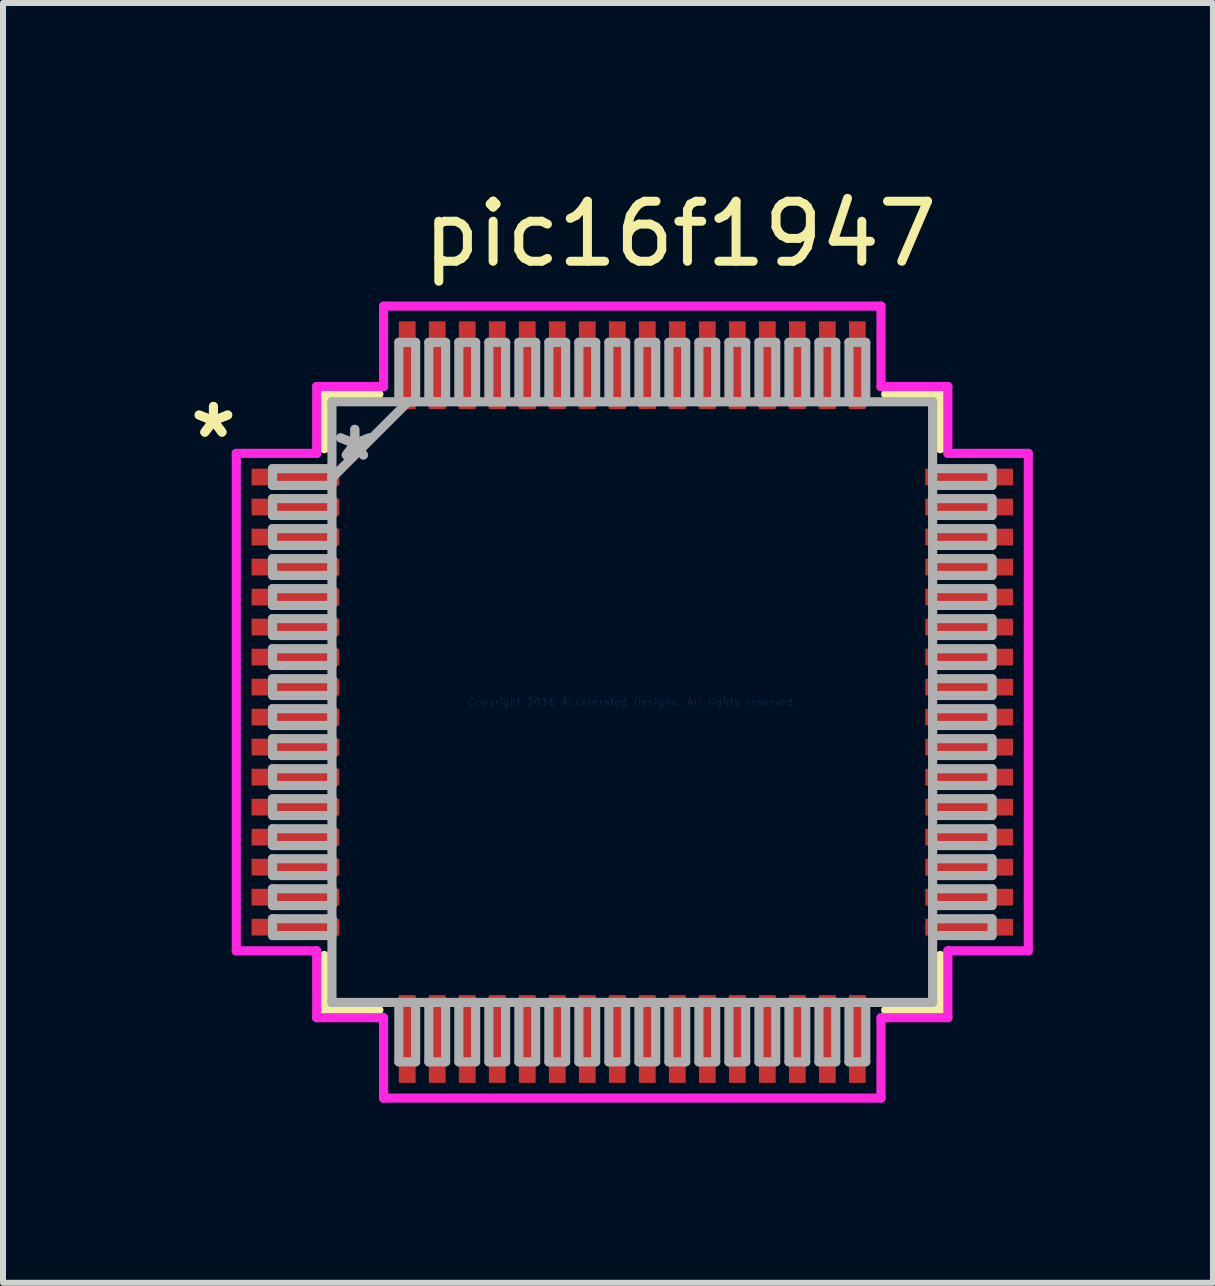
<source format=kicad_pcb>
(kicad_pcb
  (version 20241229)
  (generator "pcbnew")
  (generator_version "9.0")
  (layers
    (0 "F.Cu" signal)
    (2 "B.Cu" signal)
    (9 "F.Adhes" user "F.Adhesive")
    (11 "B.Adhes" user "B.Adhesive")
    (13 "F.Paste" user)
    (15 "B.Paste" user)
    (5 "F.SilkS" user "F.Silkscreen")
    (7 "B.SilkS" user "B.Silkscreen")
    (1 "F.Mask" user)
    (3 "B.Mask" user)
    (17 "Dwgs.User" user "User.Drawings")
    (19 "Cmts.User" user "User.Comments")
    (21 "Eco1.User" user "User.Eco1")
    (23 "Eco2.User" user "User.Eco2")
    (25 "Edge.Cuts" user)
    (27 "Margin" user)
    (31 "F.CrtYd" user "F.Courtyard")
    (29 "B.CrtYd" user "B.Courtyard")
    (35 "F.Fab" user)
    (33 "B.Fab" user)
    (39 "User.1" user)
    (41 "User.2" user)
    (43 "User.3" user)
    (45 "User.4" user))
  (footprint "pic16f1947"
    (layer "F.Cu")
    (at 7.485 8.648)
    (property "Reference" "pic16f1947" (at 0.8 -7.8 0) (layer "F.SilkS") (effects (font (size 1 1) (thickness 0.15))))
    (attr through_hole)
    (fp_line (start -5.131 -5.131) (end -5.131 -4.222) (stroke (width 0.152) (type solid)) (layer "F.SilkS"))
    (fp_line (start -5.131 4.222) (end -5.131 5.131) (stroke (width 0.152) (type solid)) (layer "F.SilkS"))
    (fp_line (start -5.131 5.131) (end -4.222 5.131) (stroke (width 0.152) (type solid)) (layer "F.SilkS"))
    (fp_line (start -4.222 -5.131) (end -5.131 -5.131) (stroke (width 0.152) (type solid)) (layer "F.SilkS"))
    (fp_line (start 4.222 5.131) (end 5.131 5.131) (stroke (width 0.152) (type solid)) (layer "F.SilkS"))
    (fp_line (start 5.131 -5.131) (end 4.222 -5.131) (stroke (width 0.152) (type solid)) (layer "F.SilkS"))
    (fp_line (start 5.131 -4.222) (end 5.131 -5.131) (stroke (width 0.152) (type solid)) (layer "F.SilkS"))
    (fp_line (start 5.131 5.131) (end 5.131 4.222) (stroke (width 0.152) (type solid)) (layer "F.SilkS"))
    (fp_line (start -6.598 -4.144) (end -5.258 -4.144) (stroke (width 0.152) (type solid)) (layer "F.CrtYd"))
    (fp_line (start -6.598 4.144) (end -6.598 -4.144) (stroke (width 0.152) (type solid)) (layer "F.CrtYd"))
    (fp_line (start -5.258 -5.258) (end -4.144 -5.258) (stroke (width 0.152) (type solid)) (layer "F.CrtYd"))
    (fp_line (start -5.258 -4.144) (end -5.258 -5.258) (stroke (width 0.152) (type solid)) (layer "F.CrtYd"))
    (fp_line (start -5.258 4.144) (end -6.598 4.144) (stroke (width 0.152) (type solid)) (layer "F.CrtYd"))
    (fp_line (start -5.258 5.258) (end -5.258 4.144) (stroke (width 0.152) (type solid)) (layer "F.CrtYd"))
    (fp_line (start -4.144 -6.598) (end 4.144 -6.598) (stroke (width 0.152) (type solid)) (layer "F.CrtYd"))
    (fp_line (start -4.144 -5.258) (end -4.144 -6.598) (stroke (width 0.152) (type solid)) (layer "F.CrtYd"))
    (fp_line (start -4.144 5.258) (end -5.258 5.258) (stroke (width 0.152) (type solid)) (layer "F.CrtYd"))
    (fp_line (start -4.144 6.598) (end -4.144 5.258) (stroke (width 0.152) (type solid)) (layer "F.CrtYd"))
    (fp_line (start 4.144 -6.598) (end 4.144 -5.258) (stroke (width 0.152) (type solid)) (layer "F.CrtYd"))
    (fp_line (start 4.144 -5.258) (end 5.258 -5.258) (stroke (width 0.152) (type solid)) (layer "F.CrtYd"))
    (fp_line (start 4.144 5.258) (end 4.144 6.598) (stroke (width 0.152) (type solid)) (layer "F.CrtYd"))
    (fp_line (start 4.144 6.598) (end -4.144 6.598) (stroke (width 0.152) (type solid)) (layer "F.CrtYd"))
    (fp_line (start 5.258 -5.258) (end 5.258 -4.144) (stroke (width 0.152) (type solid)) (layer "F.CrtYd"))
    (fp_line (start 5.258 -4.144) (end 6.598 -4.144) (stroke (width 0.152) (type solid)) (layer "F.CrtYd"))
    (fp_line (start 5.258 4.144) (end 5.258 5.258) (stroke (width 0.152) (type solid)) (layer "F.CrtYd"))
    (fp_line (start 5.258 5.258) (end 4.144 5.258) (stroke (width 0.152) (type solid)) (layer "F.CrtYd"))
    (fp_line (start 6.598 -4.144) (end 6.598 4.144) (stroke (width 0.152) (type solid)) (layer "F.CrtYd"))
    (fp_line (start 6.598 4.144) (end 5.258 4.144) (stroke (width 0.152) (type solid)) (layer "F.CrtYd"))
    (fp_line (start -5.994 -3.89) (end -5.994 -3.61) (stroke (width 0.152) (type solid)) (layer "F.Fab"))
    (fp_line (start -5.994 -3.61) (end -5.004 -3.61) (stroke (width 0.152) (type solid)) (layer "F.Fab"))
    (fp_line (start -5.994 -3.39) (end -5.994 -3.11) (stroke (width 0.152) (type solid)) (layer "F.Fab"))
    (fp_line (start -5.994 -3.11) (end -5.004 -3.11) (stroke (width 0.152) (type solid)) (layer "F.Fab"))
    (fp_line (start -5.994 -2.89) (end -5.994 -2.61) (stroke (width 0.152) (type solid)) (layer "F.Fab"))
    (fp_line (start -5.994 -2.61) (end -5.004 -2.61) (stroke (width 0.152) (type solid)) (layer "F.Fab"))
    (fp_line (start -5.994 -2.39) (end -5.994 -2.11) (stroke (width 0.152) (type solid)) (layer "F.Fab"))
    (fp_line (start -5.994 -2.11) (end -5.004 -2.11) (stroke (width 0.152) (type solid)) (layer "F.Fab"))
    (fp_line (start -5.994 -1.89) (end -5.994 -1.61) (stroke (width 0.152) (type solid)) (layer "F.Fab"))
    (fp_line (start -5.994 -1.61) (end -5.004 -1.61) (stroke (width 0.152) (type solid)) (layer "F.Fab"))
    (fp_line (start -5.994 -1.39) (end -5.994 -1.11) (stroke (width 0.152) (type solid)) (layer "F.Fab"))
    (fp_line (start -5.994 -1.11) (end -5.004 -1.11) (stroke (width 0.152) (type solid)) (layer "F.Fab"))
    (fp_line (start -5.994 -0.89) (end -5.994 -0.61) (stroke (width 0.152) (type solid)) (layer "F.Fab"))
    (fp_line (start -5.994 -0.61) (end -5.004 -0.61) (stroke (width 0.152) (type solid)) (layer "F.Fab"))
    (fp_line (start -5.994 -0.39) (end -5.994 -0.11) (stroke (width 0.152) (type solid)) (layer "F.Fab"))
    (fp_line (start -5.994 -0.11) (end -5.004 -0.11) (stroke (width 0.152) (type solid)) (layer "F.Fab"))
    (fp_line (start -5.994 0.11) (end -5.994 0.39) (stroke (width 0.152) (type solid)) (layer "F.Fab"))
    (fp_line (start -5.994 0.39) (end -5.004 0.39) (stroke (width 0.152) (type solid)) (layer "F.Fab"))
    (fp_line (start -5.994 0.61) (end -5.994 0.89) (stroke (width 0.152) (type solid)) (layer "F.Fab"))
    (fp_line (start -5.994 0.89) (end -5.004 0.89) (stroke (width 0.152) (type solid)) (layer "F.Fab"))
    (fp_line (start -5.994 1.11) (end -5.994 1.39) (stroke (width 0.152) (type solid)) (layer "F.Fab"))
    (fp_line (start -5.994 1.39) (end -5.004 1.39) (stroke (width 0.152) (type solid)) (layer "F.Fab"))
    (fp_line (start -5.994 1.61) (end -5.994 1.89) (stroke (width 0.152) (type solid)) (layer "F.Fab"))
    (fp_line (start -5.994 1.89) (end -5.004 1.89) (stroke (width 0.152) (type solid)) (layer "F.Fab"))
    (fp_line (start -5.994 2.11) (end -5.994 2.39) (stroke (width 0.152) (type solid)) (layer "F.Fab"))
    (fp_line (start -5.994 2.39) (end -5.004 2.39) (stroke (width 0.152) (type solid)) (layer "F.Fab"))
    (fp_line (start -5.994 2.61) (end -5.994 2.89) (stroke (width 0.152) (type solid)) (layer "F.Fab"))
    (fp_line (start -5.994 2.89) (end -5.004 2.89) (stroke (width 0.152) (type solid)) (layer "F.Fab"))
    (fp_line (start -5.994 3.11) (end -5.994 3.39) (stroke (width 0.152) (type solid)) (layer "F.Fab"))
    (fp_line (start -5.994 3.39) (end -5.004 3.39) (stroke (width 0.152) (type solid)) (layer "F.Fab"))
    (fp_line (start -5.994 3.61) (end -5.994 3.89) (stroke (width 0.152) (type solid)) (layer "F.Fab"))
    (fp_line (start -5.994 3.89) (end -5.004 3.89) (stroke (width 0.152) (type solid)) (layer "F.Fab"))
    (fp_line (start -5.004 -5.004) (end -5.004 -5.004) (stroke (width 0.152) (type solid)) (layer "F.Fab"))
    (fp_line (start -5.004 -5.004) (end -5.004 5.004) (stroke (width 0.152) (type solid)) (layer "F.Fab"))
    (fp_line (start -5.004 -3.89) (end -5.994 -3.89) (stroke (width 0.152) (type solid)) (layer "F.Fab"))
    (fp_line (start -5.004 -3.734) (end -3.734 -5.004) (stroke (width 0.152) (type solid)) (layer "F.Fab"))
    (fp_line (start -5.004 -3.61) (end -5.004 -3.89) (stroke (width 0.152) (type solid)) (layer "F.Fab"))
    (fp_line (start -5.004 -3.39) (end -5.994 -3.39) (stroke (width 0.152) (type solid)) (layer "F.Fab"))
    (fp_line (start -5.004 -3.11) (end -5.004 -3.39) (stroke (width 0.152) (type solid)) (layer "F.Fab"))
    (fp_line (start -5.004 -2.89) (end -5.994 -2.89) (stroke (width 0.152) (type solid)) (layer "F.Fab"))
    (fp_line (start -5.004 -2.61) (end -5.004 -2.89) (stroke (width 0.152) (type solid)) (layer "F.Fab"))
    (fp_line (start -5.004 -2.39) (end -5.994 -2.39) (stroke (width 0.152) (type solid)) (layer "F.Fab"))
    (fp_line (start -5.004 -2.11) (end -5.004 -2.39) (stroke (width 0.152) (type solid)) (layer "F.Fab"))
    (fp_line (start -5.004 -1.89) (end -5.994 -1.89) (stroke (width 0.152) (type solid)) (layer "F.Fab"))
    (fp_line (start -5.004 -1.61) (end -5.004 -1.89) (stroke (width 0.152) (type solid)) (layer "F.Fab"))
    (fp_line (start -5.004 -1.39) (end -5.994 -1.39) (stroke (width 0.152) (type solid)) (layer "F.Fab"))
    (fp_line (start -5.004 -1.11) (end -5.004 -1.39) (stroke (width 0.152) (type solid)) (layer "F.Fab"))
    (fp_line (start -5.004 -0.89) (end -5.994 -0.89) (stroke (width 0.152) (type solid)) (layer "F.Fab"))
    (fp_line (start -5.004 -0.61) (end -5.004 -0.89) (stroke (width 0.152) (type solid)) (layer "F.Fab"))
    (fp_line (start -5.004 -0.39) (end -5.994 -0.39) (stroke (width 0.152) (type solid)) (layer "F.Fab"))
    (fp_line (start -5.004 -0.11) (end -5.004 -0.39) (stroke (width 0.152) (type solid)) (layer "F.Fab"))
    (fp_line (start -5.004 0.11) (end -5.994 0.11) (stroke (width 0.152) (type solid)) (layer "F.Fab"))
    (fp_line (start -5.004 0.39) (end -5.004 0.11) (stroke (width 0.152) (type solid)) (layer "F.Fab"))
    (fp_line (start -5.004 0.61) (end -5.994 0.61) (stroke (width 0.152) (type solid)) (layer "F.Fab"))
    (fp_line (start -5.004 0.89) (end -5.004 0.61) (stroke (width 0.152) (type solid)) (layer "F.Fab"))
    (fp_line (start -5.004 1.11) (end -5.994 1.11) (stroke (width 0.152) (type solid)) (layer "F.Fab"))
    (fp_line (start -5.004 1.39) (end -5.004 1.11) (stroke (width 0.152) (type solid)) (layer "F.Fab"))
    (fp_line (start -5.004 1.61) (end -5.994 1.61) (stroke (width 0.152) (type solid)) (layer "F.Fab"))
    (fp_line (start -5.004 1.89) (end -5.004 1.61) (stroke (width 0.152) (type solid)) (layer "F.Fab"))
    (fp_line (start -5.004 2.11) (end -5.994 2.11) (stroke (width 0.152) (type solid)) (layer "F.Fab"))
    (fp_line (start -5.004 2.39) (end -5.004 2.11) (stroke (width 0.152) (type solid)) (layer "F.Fab"))
    (fp_line (start -5.004 2.61) (end -5.994 2.61) (stroke (width 0.152) (type solid)) (layer "F.Fab"))
    (fp_line (start -5.004 2.89) (end -5.004 2.61) (stroke (width 0.152) (type solid)) (layer "F.Fab"))
    (fp_line (start -5.004 3.11) (end -5.994 3.11) (stroke (width 0.152) (type solid)) (layer "F.Fab"))
    (fp_line (start -5.004 3.39) (end -5.004 3.11) (stroke (width 0.152) (type solid)) (layer "F.Fab"))
    (fp_line (start -5.004 3.61) (end -5.994 3.61) (stroke (width 0.152) (type solid)) (layer "F.Fab"))
    (fp_line (start -5.004 3.89) (end -5.004 3.61) (stroke (width 0.152) (type solid)) (layer "F.Fab"))
    (fp_line (start -5.004 5.004) (end -5.004 5.004) (stroke (width 0.152) (type solid)) (layer "F.Fab"))
    (fp_line (start -5.004 5.004) (end 5.004 5.004) (stroke (width 0.152) (type solid)) (layer "F.Fab"))
    (fp_line (start -3.89 -5.994) (end -3.89 -5.004) (stroke (width 0.152) (type solid)) (layer "F.Fab"))
    (fp_line (start -3.89 -5.004) (end -3.61 -5.004) (stroke (width 0.152) (type solid)) (layer "F.Fab"))
    (fp_line (start -3.89 5.004) (end -3.89 5.994) (stroke (width 0.152) (type solid)) (layer "F.Fab"))
    (fp_line (start -3.89 5.994) (end -3.61 5.994) (stroke (width 0.152) (type solid)) (layer "F.Fab"))
    (fp_line (start -3.61 -5.994) (end -3.89 -5.994) (stroke (width 0.152) (type solid)) (layer "F.Fab"))
    (fp_line (start -3.61 -5.004) (end -3.61 -5.994) (stroke (width 0.152) (type solid)) (layer "F.Fab"))
    (fp_line (start -3.61 5.004) (end -3.89 5.004) (stroke (width 0.152) (type solid)) (layer "F.Fab"))
    (fp_line (start -3.61 5.994) (end -3.61 5.004) (stroke (width 0.152) (type solid)) (layer "F.Fab"))
    (fp_line (start -3.39 -5.994) (end -3.39 -5.004) (stroke (width 0.152) (type solid)) (layer "F.Fab"))
    (fp_line (start -3.39 -5.004) (end -3.11 -5.004) (stroke (width 0.152) (type solid)) (layer "F.Fab"))
    (fp_line (start -3.39 5.004) (end -3.39 5.994) (stroke (width 0.152) (type solid)) (layer "F.Fab"))
    (fp_line (start -3.39 5.994) (end -3.11 5.994) (stroke (width 0.152) (type solid)) (layer "F.Fab"))
    (fp_line (start -3.11 -5.994) (end -3.39 -5.994) (stroke (width 0.152) (type solid)) (layer "F.Fab"))
    (fp_line (start -3.11 -5.004) (end -3.11 -5.994) (stroke (width 0.152) (type solid)) (layer "F.Fab"))
    (fp_line (start -3.11 5.004) (end -3.39 5.004) (stroke (width 0.152) (type solid)) (layer "F.Fab"))
    (fp_line (start -3.11 5.994) (end -3.11 5.004) (stroke (width 0.152) (type solid)) (layer "F.Fab"))
    (fp_line (start -2.89 -5.994) (end -2.89 -5.004) (stroke (width 0.152) (type solid)) (layer "F.Fab"))
    (fp_line (start -2.89 -5.004) (end -2.61 -5.004) (stroke (width 0.152) (type solid)) (layer "F.Fab"))
    (fp_line (start -2.89 5.004) (end -2.89 5.994) (stroke (width 0.152) (type solid)) (layer "F.Fab"))
    (fp_line (start -2.89 5.994) (end -2.61 5.994) (stroke (width 0.152) (type solid)) (layer "F.Fab"))
    (fp_line (start -2.61 -5.994) (end -2.89 -5.994) (stroke (width 0.152) (type solid)) (layer "F.Fab"))
    (fp_line (start -2.61 -5.004) (end -2.61 -5.994) (stroke (width 0.152) (type solid)) (layer "F.Fab"))
    (fp_line (start -2.61 5.004) (end -2.89 5.004) (stroke (width 0.152) (type solid)) (layer "F.Fab"))
    (fp_line (start -2.61 5.994) (end -2.61 5.004) (stroke (width 0.152) (type solid)) (layer "F.Fab"))
    (fp_line (start -2.39 -5.994) (end -2.39 -5.004) (stroke (width 0.152) (type solid)) (layer "F.Fab"))
    (fp_line (start -2.39 -5.004) (end -2.11 -5.004) (stroke (width 0.152) (type solid)) (layer "F.Fab"))
    (fp_line (start -2.39 5.004) (end -2.39 5.994) (stroke (width 0.152) (type solid)) (layer "F.Fab"))
    (fp_line (start -2.39 5.994) (end -2.11 5.994) (stroke (width 0.152) (type solid)) (layer "F.Fab"))
    (fp_line (start -2.11 -5.994) (end -2.39 -5.994) (stroke (width 0.152) (type solid)) (layer "F.Fab"))
    (fp_line (start -2.11 -5.004) (end -2.11 -5.994) (stroke (width 0.152) (type solid)) (layer "F.Fab"))
    (fp_line (start -2.11 5.004) (end -2.39 5.004) (stroke (width 0.152) (type solid)) (layer "F.Fab"))
    (fp_line (start -2.11 5.994) (end -2.11 5.004) (stroke (width 0.152) (type solid)) (layer "F.Fab"))
    (fp_line (start -1.89 -5.994) (end -1.89 -5.004) (stroke (width 0.152) (type solid)) (layer "F.Fab"))
    (fp_line (start -1.89 -5.004) (end -1.61 -5.004) (stroke (width 0.152) (type solid)) (layer "F.Fab"))
    (fp_line (start -1.89 5.004) (end -1.89 5.994) (stroke (width 0.152) (type solid)) (layer "F.Fab"))
    (fp_line (start -1.89 5.994) (end -1.61 5.994) (stroke (width 0.152) (type solid)) (layer "F.Fab"))
    (fp_line (start -1.61 -5.994) (end -1.89 -5.994) (stroke (width 0.152) (type solid)) (layer "F.Fab"))
    (fp_line (start -1.61 -5.004) (end -1.61 -5.994) (stroke (width 0.152) (type solid)) (layer "F.Fab"))
    (fp_line (start -1.61 5.004) (end -1.89 5.004) (stroke (width 0.152) (type solid)) (layer "F.Fab"))
    (fp_line (start -1.61 5.994) (end -1.61 5.004) (stroke (width 0.152) (type solid)) (layer "F.Fab"))
    (fp_line (start -1.39 -5.994) (end -1.39 -5.004) (stroke (width 0.152) (type solid)) (layer "F.Fab"))
    (fp_line (start -1.39 -5.004) (end -1.11 -5.004) (stroke (width 0.152) (type solid)) (layer "F.Fab"))
    (fp_line (start -1.39 5.004) (end -1.39 5.994) (stroke (width 0.152) (type solid)) (layer "F.Fab"))
    (fp_line (start -1.39 5.994) (end -1.11 5.994) (stroke (width 0.152) (type solid)) (layer "F.Fab"))
    (fp_line (start -1.11 -5.994) (end -1.39 -5.994) (stroke (width 0.152) (type solid)) (layer "F.Fab"))
    (fp_line (start -1.11 -5.004) (end -1.11 -5.994) (stroke (width 0.152) (type solid)) (layer "F.Fab"))
    (fp_line (start -1.11 5.004) (end -1.39 5.004) (stroke (width 0.152) (type solid)) (layer "F.Fab"))
    (fp_line (start -1.11 5.994) (end -1.11 5.004) (stroke (width 0.152) (type solid)) (layer "F.Fab"))
    (fp_line (start -0.89 -5.994) (end -0.89 -5.004) (stroke (width 0.152) (type solid)) (layer "F.Fab"))
    (fp_line (start -0.89 -5.004) (end -0.61 -5.004) (stroke (width 0.152) (type solid)) (layer "F.Fab"))
    (fp_line (start -0.89 5.004) (end -0.89 5.994) (stroke (width 0.152) (type solid)) (layer "F.Fab"))
    (fp_line (start -0.89 5.994) (end -0.61 5.994) (stroke (width 0.152) (type solid)) (layer "F.Fab"))
    (fp_line (start -0.61 -5.994) (end -0.89 -5.994) (stroke (width 0.152) (type solid)) (layer "F.Fab"))
    (fp_line (start -0.61 -5.004) (end -0.61 -5.994) (stroke (width 0.152) (type solid)) (layer "F.Fab"))
    (fp_line (start -0.61 5.004) (end -0.89 5.004) (stroke (width 0.152) (type solid)) (layer "F.Fab"))
    (fp_line (start -0.61 5.994) (end -0.61 5.004) (stroke (width 0.152) (type solid)) (layer "F.Fab"))
    (fp_line (start -0.39 -5.994) (end -0.39 -5.004) (stroke (width 0.152) (type solid)) (layer "F.Fab"))
    (fp_line (start -0.39 -5.004) (end -0.11 -5.004) (stroke (width 0.152) (type solid)) (layer "F.Fab"))
    (fp_line (start -0.39 5.004) (end -0.39 5.994) (stroke (width 0.152) (type solid)) (layer "F.Fab"))
    (fp_line (start -0.39 5.994) (end -0.11 5.994) (stroke (width 0.152) (type solid)) (layer "F.Fab"))
    (fp_line (start -0.11 -5.994) (end -0.39 -5.994) (stroke (width 0.152) (type solid)) (layer "F.Fab"))
    (fp_line (start -0.11 -5.004) (end -0.11 -5.994) (stroke (width 0.152) (type solid)) (layer "F.Fab"))
    (fp_line (start -0.11 5.004) (end -0.39 5.004) (stroke (width 0.152) (type solid)) (layer "F.Fab"))
    (fp_line (start -0.11 5.994) (end -0.11 5.004) (stroke (width 0.152) (type solid)) (layer "F.Fab"))
    (fp_line (start 0.11 -5.994) (end 0.11 -5.004) (stroke (width 0.152) (type solid)) (layer "F.Fab"))
    (fp_line (start 0.11 -5.004) (end 0.39 -5.004) (stroke (width 0.152) (type solid)) (layer "F.Fab"))
    (fp_line (start 0.11 5.004) (end 0.11 5.994) (stroke (width 0.152) (type solid)) (layer "F.Fab"))
    (fp_line (start 0.11 5.994) (end 0.39 5.994) (stroke (width 0.152) (type solid)) (layer "F.Fab"))
    (fp_line (start 0.39 -5.994) (end 0.11 -5.994) (stroke (width 0.152) (type solid)) (layer "F.Fab"))
    (fp_line (start 0.39 -5.004) (end 0.39 -5.994) (stroke (width 0.152) (type solid)) (layer "F.Fab"))
    (fp_line (start 0.39 5.004) (end 0.11 5.004) (stroke (width 0.152) (type solid)) (layer "F.Fab"))
    (fp_line (start 0.39 5.994) (end 0.39 5.004) (stroke (width 0.152) (type solid)) (layer "F.Fab"))
    (fp_line (start 0.61 -5.994) (end 0.61 -5.004) (stroke (width 0.152) (type solid)) (layer "F.Fab"))
    (fp_line (start 0.61 -5.004) (end 0.89 -5.004) (stroke (width 0.152) (type solid)) (layer "F.Fab"))
    (fp_line (start 0.61 5.004) (end 0.61 5.994) (stroke (width 0.152) (type solid)) (layer "F.Fab"))
    (fp_line (start 0.61 5.994) (end 0.89 5.994) (stroke (width 0.152) (type solid)) (layer "F.Fab"))
    (fp_line (start 0.89 -5.994) (end 0.61 -5.994) (stroke (width 0.152) (type solid)) (layer "F.Fab"))
    (fp_line (start 0.89 -5.004) (end 0.89 -5.994) (stroke (width 0.152) (type solid)) (layer "F.Fab"))
    (fp_line (start 0.89 5.004) (end 0.61 5.004) (stroke (width 0.152) (type solid)) (layer "F.Fab"))
    (fp_line (start 0.89 5.994) (end 0.89 5.004) (stroke (width 0.152) (type solid)) (layer "F.Fab"))
    (fp_line (start 1.11 -5.994) (end 1.11 -5.004) (stroke (width 0.152) (type solid)) (layer "F.Fab"))
    (fp_line (start 1.11 -5.004) (end 1.39 -5.004) (stroke (width 0.152) (type solid)) (layer "F.Fab"))
    (fp_line (start 1.11 5.004) (end 1.11 5.994) (stroke (width 0.152) (type solid)) (layer "F.Fab"))
    (fp_line (start 1.11 5.994) (end 1.39 5.994) (stroke (width 0.152) (type solid)) (layer "F.Fab"))
    (fp_line (start 1.39 -5.994) (end 1.11 -5.994) (stroke (width 0.152) (type solid)) (layer "F.Fab"))
    (fp_line (start 1.39 -5.004) (end 1.39 -5.994) (stroke (width 0.152) (type solid)) (layer "F.Fab"))
    (fp_line (start 1.39 5.004) (end 1.11 5.004) (stroke (width 0.152) (type solid)) (layer "F.Fab"))
    (fp_line (start 1.39 5.994) (end 1.39 5.004) (stroke (width 0.152) (type solid)) (layer "F.Fab"))
    (fp_line (start 1.61 -5.994) (end 1.61 -5.004) (stroke (width 0.152) (type solid)) (layer "F.Fab"))
    (fp_line (start 1.61 -5.004) (end 1.89 -5.004) (stroke (width 0.152) (type solid)) (layer "F.Fab"))
    (fp_line (start 1.61 5.004) (end 1.61 5.994) (stroke (width 0.152) (type solid)) (layer "F.Fab"))
    (fp_line (start 1.61 5.994) (end 1.89 5.994) (stroke (width 0.152) (type solid)) (layer "F.Fab"))
    (fp_line (start 1.89 -5.994) (end 1.61 -5.994) (stroke (width 0.152) (type solid)) (layer "F.Fab"))
    (fp_line (start 1.89 -5.004) (end 1.89 -5.994) (stroke (width 0.152) (type solid)) (layer "F.Fab"))
    (fp_line (start 1.89 5.004) (end 1.61 5.004) (stroke (width 0.152) (type solid)) (layer "F.Fab"))
    (fp_line (start 1.89 5.994) (end 1.89 5.004) (stroke (width 0.152) (type solid)) (layer "F.Fab"))
    (fp_line (start 2.11 -5.994) (end 2.11 -5.004) (stroke (width 0.152) (type solid)) (layer "F.Fab"))
    (fp_line (start 2.11 -5.004) (end 2.39 -5.004) (stroke (width 0.152) (type solid)) (layer "F.Fab"))
    (fp_line (start 2.11 5.004) (end 2.11 5.994) (stroke (width 0.152) (type solid)) (layer "F.Fab"))
    (fp_line (start 2.11 5.994) (end 2.39 5.994) (stroke (width 0.152) (type solid)) (layer "F.Fab"))
    (fp_line (start 2.39 -5.994) (end 2.11 -5.994) (stroke (width 0.152) (type solid)) (layer "F.Fab"))
    (fp_line (start 2.39 -5.004) (end 2.39 -5.994) (stroke (width 0.152) (type solid)) (layer "F.Fab"))
    (fp_line (start 2.39 5.004) (end 2.11 5.004) (stroke (width 0.152) (type solid)) (layer "F.Fab"))
    (fp_line (start 2.39 5.994) (end 2.39 5.004) (stroke (width 0.152) (type solid)) (layer "F.Fab"))
    (fp_line (start 2.61 -5.994) (end 2.61 -5.004) (stroke (width 0.152) (type solid)) (layer "F.Fab"))
    (fp_line (start 2.61 -5.004) (end 2.89 -5.004) (stroke (width 0.152) (type solid)) (layer "F.Fab"))
    (fp_line (start 2.61 5.004) (end 2.61 5.994) (stroke (width 0.152) (type solid)) (layer "F.Fab"))
    (fp_line (start 2.61 5.994) (end 2.89 5.994) (stroke (width 0.152) (type solid)) (layer "F.Fab"))
    (fp_line (start 2.89 -5.994) (end 2.61 -5.994) (stroke (width 0.152) (type solid)) (layer "F.Fab"))
    (fp_line (start 2.89 -5.004) (end 2.89 -5.994) (stroke (width 0.152) (type solid)) (layer "F.Fab"))
    (fp_line (start 2.89 5.004) (end 2.61 5.004) (stroke (width 0.152) (type solid)) (layer "F.Fab"))
    (fp_line (start 2.89 5.994) (end 2.89 5.004) (stroke (width 0.152) (type solid)) (layer "F.Fab"))
    (fp_line (start 3.11 -5.994) (end 3.11 -5.004) (stroke (width 0.152) (type solid)) (layer "F.Fab"))
    (fp_line (start 3.11 -5.004) (end 3.39 -5.004) (stroke (width 0.152) (type solid)) (layer "F.Fab"))
    (fp_line (start 3.11 5.004) (end 3.11 5.994) (stroke (width 0.152) (type solid)) (layer "F.Fab"))
    (fp_line (start 3.11 5.994) (end 3.39 5.994) (stroke (width 0.152) (type solid)) (layer "F.Fab"))
    (fp_line (start 3.39 -5.994) (end 3.11 -5.994) (stroke (width 0.152) (type solid)) (layer "F.Fab"))
    (fp_line (start 3.39 -5.004) (end 3.39 -5.994) (stroke (width 0.152) (type solid)) (layer "F.Fab"))
    (fp_line (start 3.39 5.004) (end 3.11 5.004) (stroke (width 0.152) (type solid)) (layer "F.Fab"))
    (fp_line (start 3.39 5.994) (end 3.39 5.004) (stroke (width 0.152) (type solid)) (layer "F.Fab"))
    (fp_line (start 3.61 -5.994) (end 3.61 -5.004) (stroke (width 0.152) (type solid)) (layer "F.Fab"))
    (fp_line (start 3.61 -5.004) (end 3.89 -5.004) (stroke (width 0.152) (type solid)) (layer "F.Fab"))
    (fp_line (start 3.61 5.004) (end 3.61 5.994) (stroke (width 0.152) (type solid)) (layer "F.Fab"))
    (fp_line (start 3.61 5.994) (end 3.89 5.994) (stroke (width 0.152) (type solid)) (layer "F.Fab"))
    (fp_line (start 3.89 -5.994) (end 3.61 -5.994) (stroke (width 0.152) (type solid)) (layer "F.Fab"))
    (fp_line (start 3.89 -5.004) (end 3.89 -5.994) (stroke (width 0.152) (type solid)) (layer "F.Fab"))
    (fp_line (start 3.89 5.004) (end 3.61 5.004) (stroke (width 0.152) (type solid)) (layer "F.Fab"))
    (fp_line (start 3.89 5.994) (end 3.89 5.004) (stroke (width 0.152) (type solid)) (layer "F.Fab"))
    (fp_line (start 5.004 -5.004) (end -5.004 -5.004) (stroke (width 0.152) (type solid)) (layer "F.Fab"))
    (fp_line (start 5.004 -5.004) (end 5.004 -5.004) (stroke (width 0.152) (type solid)) (layer "F.Fab"))
    (fp_line (start 5.004 -3.89) (end 5.004 -3.61) (stroke (width 0.152) (type solid)) (layer "F.Fab"))
    (fp_line (start 5.004 -3.61) (end 5.994 -3.61) (stroke (width 0.152) (type solid)) (layer "F.Fab"))
    (fp_line (start 5.004 -3.39) (end 5.004 -3.11) (stroke (width 0.152) (type solid)) (layer "F.Fab"))
    (fp_line (start 5.004 -3.11) (end 5.994 -3.11) (stroke (width 0.152) (type solid)) (layer "F.Fab"))
    (fp_line (start 5.004 -2.89) (end 5.004 -2.61) (stroke (width 0.152) (type solid)) (layer "F.Fab"))
    (fp_line (start 5.004 -2.61) (end 5.994 -2.61) (stroke (width 0.152) (type solid)) (layer "F.Fab"))
    (fp_line (start 5.004 -2.39) (end 5.004 -2.11) (stroke (width 0.152) (type solid)) (layer "F.Fab"))
    (fp_line (start 5.004 -2.11) (end 5.994 -2.11) (stroke (width 0.152) (type solid)) (layer "F.Fab"))
    (fp_line (start 5.004 -1.89) (end 5.004 -1.61) (stroke (width 0.152) (type solid)) (layer "F.Fab"))
    (fp_line (start 5.004 -1.61) (end 5.994 -1.61) (stroke (width 0.152) (type solid)) (layer "F.Fab"))
    (fp_line (start 5.004 -1.39) (end 5.004 -1.11) (stroke (width 0.152) (type solid)) (layer "F.Fab"))
    (fp_line (start 5.004 -1.11) (end 5.994 -1.11) (stroke (width 0.152) (type solid)) (layer "F.Fab"))
    (fp_line (start 5.004 -0.89) (end 5.004 -0.61) (stroke (width 0.152) (type solid)) (layer "F.Fab"))
    (fp_line (start 5.004 -0.61) (end 5.994 -0.61) (stroke (width 0.152) (type solid)) (layer "F.Fab"))
    (fp_line (start 5.004 -0.39) (end 5.004 -0.11) (stroke (width 0.152) (type solid)) (layer "F.Fab"))
    (fp_line (start 5.004 -0.11) (end 5.994 -0.11) (stroke (width 0.152) (type solid)) (layer "F.Fab"))
    (fp_line (start 5.004 0.11) (end 5.004 0.39) (stroke (width 0.152) (type solid)) (layer "F.Fab"))
    (fp_line (start 5.004 0.39) (end 5.994 0.39) (stroke (width 0.152) (type solid)) (layer "F.Fab"))
    (fp_line (start 5.004 0.61) (end 5.004 0.89) (stroke (width 0.152) (type solid)) (layer "F.Fab"))
    (fp_line (start 5.004 0.89) (end 5.994 0.89) (stroke (width 0.152) (type solid)) (layer "F.Fab"))
    (fp_line (start 5.004 1.11) (end 5.004 1.39) (stroke (width 0.152) (type solid)) (layer "F.Fab"))
    (fp_line (start 5.004 1.39) (end 5.994 1.39) (stroke (width 0.152) (type solid)) (layer "F.Fab"))
    (fp_line (start 5.004 1.61) (end 5.004 1.89) (stroke (width 0.152) (type solid)) (layer "F.Fab"))
    (fp_line (start 5.004 1.89) (end 5.994 1.89) (stroke (width 0.152) (type solid)) (layer "F.Fab"))
    (fp_line (start 5.004 2.11) (end 5.004 2.39) (stroke (width 0.152) (type solid)) (layer "F.Fab"))
    (fp_line (start 5.004 2.39) (end 5.994 2.39) (stroke (width 0.152) (type solid)) (layer "F.Fab"))
    (fp_line (start 5.004 2.61) (end 5.004 2.89) (stroke (width 0.152) (type solid)) (layer "F.Fab"))
    (fp_line (start 5.004 2.89) (end 5.994 2.89) (stroke (width 0.152) (type solid)) (layer "F.Fab"))
    (fp_line (start 5.004 3.11) (end 5.004 3.39) (stroke (width 0.152) (type solid)) (layer "F.Fab"))
    (fp_line (start 5.004 3.39) (end 5.994 3.39) (stroke (width 0.152) (type solid)) (layer "F.Fab"))
    (fp_line (start 5.004 3.61) (end 5.004 3.89) (stroke (width 0.152) (type solid)) (layer "F.Fab"))
    (fp_line (start 5.004 3.89) (end 5.994 3.89) (stroke (width 0.152) (type solid)) (layer "F.Fab"))
    (fp_line (start 5.004 5.004) (end 5.004 -5.004) (stroke (width 0.152) (type solid)) (layer "F.Fab"))
    (fp_line (start 5.004 5.004) (end 5.004 5.004) (stroke (width 0.152) (type solid)) (layer "F.Fab"))
    (fp_line (start 5.994 -3.89) (end 5.004 -3.89) (stroke (width 0.152) (type solid)) (layer "F.Fab"))
    (fp_line (start 5.994 -3.61) (end 5.994 -3.89) (stroke (width 0.152) (type solid)) (layer "F.Fab"))
    (fp_line (start 5.994 -3.39) (end 5.004 -3.39) (stroke (width 0.152) (type solid)) (layer "F.Fab"))
    (fp_line (start 5.994 -3.11) (end 5.994 -3.39) (stroke (width 0.152) (type solid)) (layer "F.Fab"))
    (fp_line (start 5.994 -2.89) (end 5.004 -2.89) (stroke (width 0.152) (type solid)) (layer "F.Fab"))
    (fp_line (start 5.994 -2.61) (end 5.994 -2.89) (stroke (width 0.152) (type solid)) (layer "F.Fab"))
    (fp_line (start 5.994 -2.39) (end 5.004 -2.39) (stroke (width 0.152) (type solid)) (layer "F.Fab"))
    (fp_line (start 5.994 -2.11) (end 5.994 -2.39) (stroke (width 0.152) (type solid)) (layer "F.Fab"))
    (fp_line (start 5.994 -1.89) (end 5.004 -1.89) (stroke (width 0.152) (type solid)) (layer "F.Fab"))
    (fp_line (start 5.994 -1.61) (end 5.994 -1.89) (stroke (width 0.152) (type solid)) (layer "F.Fab"))
    (fp_line (start 5.994 -1.39) (end 5.004 -1.39) (stroke (width 0.152) (type solid)) (layer "F.Fab"))
    (fp_line (start 5.994 -1.11) (end 5.994 -1.39) (stroke (width 0.152) (type solid)) (layer "F.Fab"))
    (fp_line (start 5.994 -0.89) (end 5.004 -0.89) (stroke (width 0.152) (type solid)) (layer "F.Fab"))
    (fp_line (start 5.994 -0.61) (end 5.994 -0.89) (stroke (width 0.152) (type solid)) (layer "F.Fab"))
    (fp_line (start 5.994 -0.39) (end 5.004 -0.39) (stroke (width 0.152) (type solid)) (layer "F.Fab"))
    (fp_line (start 5.994 -0.11) (end 5.994 -0.39) (stroke (width 0.152) (type solid)) (layer "F.Fab"))
    (fp_line (start 5.994 0.11) (end 5.004 0.11) (stroke (width 0.152) (type solid)) (layer "F.Fab"))
    (fp_line (start 5.994 0.39) (end 5.994 0.11) (stroke (width 0.152) (type solid)) (layer "F.Fab"))
    (fp_line (start 5.994 0.61) (end 5.004 0.61) (stroke (width 0.152) (type solid)) (layer "F.Fab"))
    (fp_line (start 5.994 0.89) (end 5.994 0.61) (stroke (width 0.152) (type solid)) (layer "F.Fab"))
    (fp_line (start 5.994 1.11) (end 5.004 1.11) (stroke (width 0.152) (type solid)) (layer "F.Fab"))
    (fp_line (start 5.994 1.39) (end 5.994 1.11) (stroke (width 0.152) (type solid)) (layer "F.Fab"))
    (fp_line (start 5.994 1.61) (end 5.004 1.61) (stroke (width 0.152) (type solid)) (layer "F.Fab"))
    (fp_line (start 5.994 1.89) (end 5.994 1.61) (stroke (width 0.152) (type solid)) (layer "F.Fab"))
    (fp_line (start 5.994 2.11) (end 5.004 2.11) (stroke (width 0.152) (type solid)) (layer "F.Fab"))
    (fp_line (start 5.994 2.39) (end 5.994 2.11) (stroke (width 0.152) (type solid)) (layer "F.Fab"))
    (fp_line (start 5.994 2.61) (end 5.004 2.61) (stroke (width 0.152) (type solid)) (layer "F.Fab"))
    (fp_line (start 5.994 2.89) (end 5.994 2.61) (stroke (width 0.152) (type solid)) (layer "F.Fab"))
    (fp_line (start 5.994 3.11) (end 5.004 3.11) (stroke (width 0.152) (type solid)) (layer "F.Fab"))
    (fp_line (start 5.994 3.39) (end 5.994 3.11) (stroke (width 0.152) (type solid)) (layer "F.Fab"))
    (fp_line (start 5.994 3.61) (end 5.004 3.61) (stroke (width 0.152) (type solid)) (layer "F.Fab"))
    (fp_line (start 5.994 3.89) (end 5.994 3.61) (stroke (width 0.152) (type solid)) (layer "F.Fab"))
    (fp_text user "*" (at -6.979 -4.381 0) (layer "F.SilkS") (effects (font (size 1 1) (thickness 0.15))))
    (fp_text user "*" (at -6.979 -4.381 0) (layer "F.SilkS") (effects (font (size 1 1) (thickness 0.15))))
    (fp_text user "Copyright 2016 Accelerated Designs. All rights reserved." (at 0 0 0) (layer "Cmts.User") (effects (font (size 0.127 0.127) (thickness 0.002))))
    (fp_text user "*" (at -4.623 -4 0) (layer "F.Fab") (effects (font (size 1 1) (thickness 0.15))))
    (fp_text user "*" (at -4.623 -4 0) (layer "F.Fab") (effects (font (size 1 1) (thickness 0.15))))
    (pad "1" smd rect (at -5.613 -3.75 90) (size 0.279 1.462) (layers "F.Cu" "F.Mask" "F.Paste"))
    (pad "2" smd rect (at -5.613 -3.25 90) (size 0.279 1.462) (layers "F.Cu" "F.Mask" "F.Paste"))
    (pad "3" smd rect (at -5.613 -2.75 90) (size 0.279 1.462) (layers "F.Cu" "F.Mask" "F.Paste"))
    (pad "4" smd rect (at -5.613 -2.25 90) (size 0.279 1.462) (layers "F.Cu" "F.Mask" "F.Paste"))
    (pad "5" smd rect (at -5.613 -1.75 90) (size 0.279 1.462) (layers "F.Cu" "F.Mask" "F.Paste"))
    (pad "6" smd rect (at -5.613 -1.25 90) (size 0.279 1.462) (layers "F.Cu" "F.Mask" "F.Paste"))
    (pad "7" smd rect (at -5.613 -0.75 90) (size 0.279 1.462) (layers "F.Cu" "F.Mask" "F.Paste"))
    (pad "8" smd rect (at -5.613 -0.25 90) (size 0.279 1.462) (layers "F.Cu" "F.Mask" "F.Paste"))
    (pad "9" smd rect (at -5.613 0.25 90) (size 0.279 1.462) (layers "F.Cu" "F.Mask" "F.Paste"))
    (pad "10" smd rect (at -5.613 0.75 90) (size 0.279 1.462) (layers "F.Cu" "F.Mask" "F.Paste"))
    (pad "11" smd rect (at -5.613 1.25 90) (size 0.279 1.462) (layers "F.Cu" "F.Mask" "F.Paste"))
    (pad "12" smd rect (at -5.613 1.75 90) (size 0.279 1.462) (layers "F.Cu" "F.Mask" "F.Paste"))
    (pad "13" smd rect (at -5.613 2.25 90) (size 0.279 1.462) (layers "F.Cu" "F.Mask" "F.Paste"))
    (pad "14" smd rect (at -5.613 2.75 90) (size 0.279 1.462) (layers "F.Cu" "F.Mask" "F.Paste"))
    (pad "15" smd rect (at -5.613 3.25 90) (size 0.279 1.462) (layers "F.Cu" "F.Mask" "F.Paste"))
    (pad "16" smd rect (at -5.613 3.75 90) (size 0.279 1.462) (layers "F.Cu" "F.Mask" "F.Paste"))
    (pad "17" smd rect (at -3.75 5.613) (size 0.279 1.462) (layers "F.Cu" "F.Mask" "F.Paste"))
    (pad "18" smd rect (at -3.25 5.613) (size 0.279 1.462) (layers "F.Cu" "F.Mask" "F.Paste"))
    (pad "19" smd rect (at -2.75 5.613) (size 0.279 1.462) (layers "F.Cu" "F.Mask" "F.Paste"))
    (pad "20" smd rect (at -2.25 5.613) (size 0.279 1.462) (layers "F.Cu" "F.Mask" "F.Paste"))
    (pad "21" smd rect (at -1.75 5.613) (size 0.279 1.462) (layers "F.Cu" "F.Mask" "F.Paste"))
    (pad "22" smd rect (at -1.25 5.613) (size 0.279 1.462) (layers "F.Cu" "F.Mask" "F.Paste"))
    (pad "23" smd rect (at -0.75 5.613) (size 0.279 1.462) (layers "F.Cu" "F.Mask" "F.Paste"))
    (pad "24" smd rect (at -0.25 5.613) (size 0.279 1.462) (layers "F.Cu" "F.Mask" "F.Paste"))
    (pad "25" smd rect (at 0.25 5.613) (size 0.279 1.462) (layers "F.Cu" "F.Mask" "F.Paste"))
    (pad "26" smd rect (at 0.75 5.613) (size 0.279 1.462) (layers "F.Cu" "F.Mask" "F.Paste"))
    (pad "27" smd rect (at 1.25 5.613) (size 0.279 1.462) (layers "F.Cu" "F.Mask" "F.Paste"))
    (pad "28" smd rect (at 1.75 5.613) (size 0.279 1.462) (layers "F.Cu" "F.Mask" "F.Paste"))
    (pad "29" smd rect (at 2.25 5.613) (size 0.279 1.462) (layers "F.Cu" "F.Mask" "F.Paste"))
    (pad "30" smd rect (at 2.75 5.613) (size 0.279 1.462) (layers "F.Cu" "F.Mask" "F.Paste"))
    (pad "31" smd rect (at 3.25 5.613) (size 0.279 1.462) (layers "F.Cu" "F.Mask" "F.Paste"))
    (pad "32" smd rect (at 3.75 5.613) (size 0.279 1.462) (layers "F.Cu" "F.Mask" "F.Paste"))
    (pad "33" smd rect (at 5.613 3.75 90) (size 0.279 1.462) (layers "F.Cu" "F.Mask" "F.Paste"))
    (pad "34" smd rect (at 5.613 3.25 90) (size 0.279 1.462) (layers "F.Cu" "F.Mask" "F.Paste"))
    (pad "35" smd rect (at 5.613 2.75 90) (size 0.279 1.462) (layers "F.Cu" "F.Mask" "F.Paste"))
    (pad "36" smd rect (at 5.613 2.25 90) (size 0.279 1.462) (layers "F.Cu" "F.Mask" "F.Paste"))
    (pad "37" smd rect (at 5.613 1.75 90) (size 0.279 1.462) (layers "F.Cu" "F.Mask" "F.Paste"))
    (pad "38" smd rect (at 5.613 1.25 90) (size 0.279 1.462) (layers "F.Cu" "F.Mask" "F.Paste"))
    (pad "39" smd rect (at 5.613 0.75 90) (size 0.279 1.462) (layers "F.Cu" "F.Mask" "F.Paste"))
    (pad "40" smd rect (at 5.613 0.25 90) (size 0.279 1.462) (layers "F.Cu" "F.Mask" "F.Paste"))
    (pad "41" smd rect (at 5.613 -0.25 90) (size 0.279 1.462) (layers "F.Cu" "F.Mask" "F.Paste"))
    (pad "42" smd rect (at 5.613 -0.75 90) (size 0.279 1.462) (layers "F.Cu" "F.Mask" "F.Paste"))
    (pad "43" smd rect (at 5.613 -1.25 90) (size 0.279 1.462) (layers "F.Cu" "F.Mask" "F.Paste"))
    (pad "44" smd rect (at 5.613 -1.75 90) (size 0.279 1.462) (layers "F.Cu" "F.Mask" "F.Paste"))
    (pad "45" smd rect (at 5.613 -2.25 90) (size 0.279 1.462) (layers "F.Cu" "F.Mask" "F.Paste"))
    (pad "46" smd rect (at 5.613 -2.75 90) (size 0.279 1.462) (layers "F.Cu" "F.Mask" "F.Paste"))
    (pad "47" smd rect (at 5.613 -3.25 90) (size 0.279 1.462) (layers "F.Cu" "F.Mask" "F.Paste"))
    (pad "48" smd rect (at 5.613 -3.75 90) (size 0.279 1.462) (layers "F.Cu" "F.Mask" "F.Paste"))
    (pad "49" smd rect (at 3.75 -5.613) (size 0.279 1.462) (layers "F.Cu" "F.Mask" "F.Paste"))
    (pad "50" smd rect (at 3.25 -5.613) (size 0.279 1.462) (layers "F.Cu" "F.Mask" "F.Paste"))
    (pad "51" smd rect (at 2.75 -5.613) (size 0.279 1.462) (layers "F.Cu" "F.Mask" "F.Paste"))
    (pad "52" smd rect (at 2.25 -5.613) (size 0.279 1.462) (layers "F.Cu" "F.Mask" "F.Paste"))
    (pad "53" smd rect (at 1.75 -5.613) (size 0.279 1.462) (layers "F.Cu" "F.Mask" "F.Paste"))
    (pad "54" smd rect (at 1.25 -5.613) (size 0.279 1.462) (layers "F.Cu" "F.Mask" "F.Paste"))
    (pad "55" smd rect (at 0.75 -5.613) (size 0.279 1.462) (layers "F.Cu" "F.Mask" "F.Paste"))
    (pad "56" smd rect (at 0.25 -5.613) (size 0.279 1.462) (layers "F.Cu" "F.Mask" "F.Paste"))
    (pad "57" smd rect (at -0.25 -5.613) (size 0.279 1.462) (layers "F.Cu" "F.Mask" "F.Paste"))
    (pad "58" smd rect (at -0.75 -5.613) (size 0.279 1.462) (layers "F.Cu" "F.Mask" "F.Paste"))
    (pad "59" smd rect (at -1.25 -5.613) (size 0.279 1.462) (layers "F.Cu" "F.Mask" "F.Paste"))
    (pad "60" smd rect (at -1.75 -5.613) (size 0.279 1.462) (layers "F.Cu" "F.Mask" "F.Paste"))
    (pad "61" smd rect (at -2.25 -5.613) (size 0.279 1.462) (layers "F.Cu" "F.Mask" "F.Paste"))
    (pad "62" smd rect (at -2.75 -5.613) (size 0.279 1.462) (layers "F.Cu" "F.Mask" "F.Paste"))
    (pad "63" smd rect (at -3.25 -5.613) (size 0.279 1.462) (layers "F.Cu" "F.Mask" "F.Paste"))
    (pad "64" smd rect (at -3.75 -5.613) (size 0.279 1.462) (layers "F.Cu" "F.Mask" "F.Paste")))
  (gr_rect
    (start -3 -3)
    (end 17.16 18.323)
    (stroke (width 0.1) (type default))
    (fill no)
    (layer "Edge.Cuts")))
</source>
